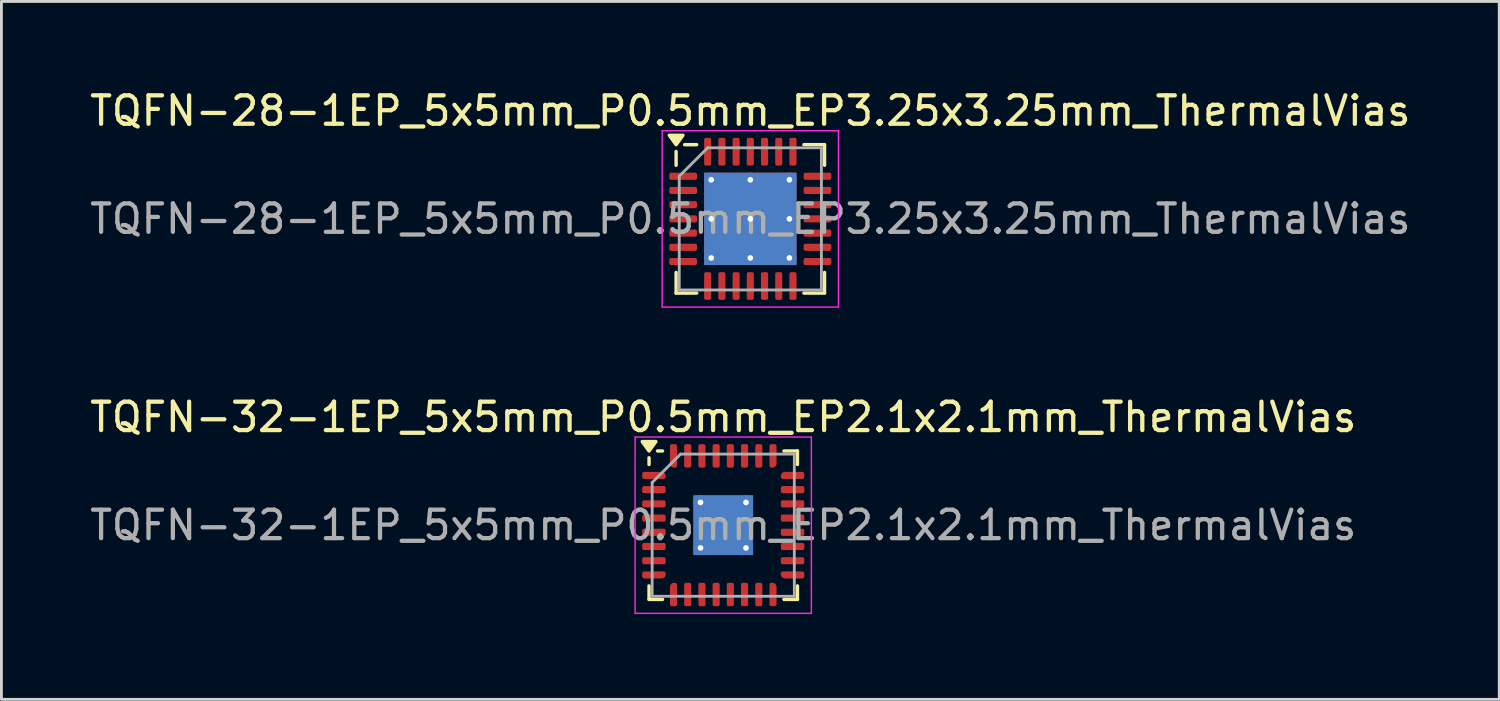
<source format=kicad_pcb>
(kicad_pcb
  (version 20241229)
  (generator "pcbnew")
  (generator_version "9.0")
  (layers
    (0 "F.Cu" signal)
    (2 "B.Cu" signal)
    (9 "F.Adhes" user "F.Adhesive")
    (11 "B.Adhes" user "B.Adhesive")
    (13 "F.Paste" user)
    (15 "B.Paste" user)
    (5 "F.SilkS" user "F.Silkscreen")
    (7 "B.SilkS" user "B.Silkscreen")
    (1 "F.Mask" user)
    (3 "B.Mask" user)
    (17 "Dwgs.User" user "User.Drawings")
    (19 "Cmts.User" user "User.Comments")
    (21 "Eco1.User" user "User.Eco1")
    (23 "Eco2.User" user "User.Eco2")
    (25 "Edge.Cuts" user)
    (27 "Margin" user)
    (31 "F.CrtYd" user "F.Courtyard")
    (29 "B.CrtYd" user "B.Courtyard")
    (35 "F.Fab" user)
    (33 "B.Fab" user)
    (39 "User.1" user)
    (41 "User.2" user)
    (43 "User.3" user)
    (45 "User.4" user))
  (footprint "TQFN-32-1EP_5x5mm_P0.5mm_EP2.1x2.1mm_ThermalVias"
    (layer "F.Cu")
    (at 22.387 15.421)
    (property "Reference" "TQFN-32-1EP_5x5mm_P0.5mm_EP2.1x2.1mm_ThermalVias" (at 0 -3.8 0) (layer "F.SilkS") (effects (font (size 1 1) (thickness 0.15))))
    (attr smd)
    (fp_line (start -2.61 -2.135) (end -2.61 -2.37) (stroke (width 0.12) (type solid)) (layer "F.SilkS"))
    (fp_line (start -2.61 2.61) (end -2.61 2.135) (stroke (width 0.12) (type solid)) (layer "F.SilkS"))
    (fp_line (start -2.135 -2.61) (end -2.31 -2.61) (stroke (width 0.12) (type solid)) (layer "F.SilkS"))
    (fp_line (start -2.135 2.61) (end -2.61 2.61) (stroke (width 0.12) (type solid)) (layer "F.SilkS"))
    (fp_line (start 2.135 -2.61) (end 2.61 -2.61) (stroke (width 0.12) (type solid)) (layer "F.SilkS"))
    (fp_line (start 2.135 2.61) (end 2.61 2.61) (stroke (width 0.12) (type solid)) (layer "F.SilkS"))
    (fp_line (start 2.61 -2.61) (end 2.61 -2.135) (stroke (width 0.12) (type solid)) (layer "F.SilkS"))
    (fp_line (start 2.61 2.61) (end 2.61 2.135) (stroke (width 0.12) (type solid)) (layer "F.SilkS"))
    (fp_poly (pts (xy -2.61 -2.61) (xy -2.85 -2.94) (xy -2.37 -2.94) (xy -2.61 -2.61)) (stroke (width 0.12) (type solid)) (fill yes) (layer "F.SilkS"))
    (fp_line (start -3.1 -3.1) (end -3.1 3.1) (stroke (width 0.05) (type solid)) (layer "F.CrtYd"))
    (fp_line (start -3.1 3.1) (end 3.1 3.1) (stroke (width 0.05) (type solid)) (layer "F.CrtYd"))
    (fp_line (start 3.1 -3.1) (end -3.1 -3.1) (stroke (width 0.05) (type solid)) (layer "F.CrtYd"))
    (fp_line (start 3.1 3.1) (end 3.1 -3.1) (stroke (width 0.05) (type solid)) (layer "F.CrtYd"))
    (fp_line (start -2.5 -1.5) (end -1.5 -2.5) (stroke (width 0.1) (type solid)) (layer "F.Fab"))
    (fp_line (start -2.5 2.5) (end -2.5 -1.5) (stroke (width 0.1) (type solid)) (layer "F.Fab"))
    (fp_line (start -1.5 -2.5) (end 2.5 -2.5) (stroke (width 0.1) (type solid)) (layer "F.Fab"))
    (fp_line (start 2.5 -2.5) (end 2.5 2.5) (stroke (width 0.1) (type solid)) (layer "F.Fab"))
    (fp_line (start 2.5 2.5) (end -2.5 2.5) (stroke (width 0.1) (type solid)) (layer "F.Fab"))
    (fp_text user "${REFERENCE}" (at 0 0 0) (layer "F.Fab") (effects (font (size 1 1) (thickness 0.15))))
    (pad "" smd roundrect (at -0.525 -0.525) (size 0.91 0.91) (layers "F.Paste") (roundrect_rratio 0.25))
    (pad "" smd roundrect (at -0.525 0.525) (size 0.91 0.91) (layers "F.Paste") (roundrect_rratio 0.25))
    (pad "" smd roundrect (at 0.525 -0.525) (size 0.91 0.91) (layers "F.Paste") (roundrect_rratio 0.25))
    (pad "" smd roundrect (at 0.525 0.525) (size 0.91 0.91) (layers "F.Paste") (roundrect_rratio 0.25))
    (pad "1" smd custom (at -2.438 -1.75) (size 0.186 0.186) (layers "F.Cu" "F.Mask" "F.Paste") (options (anchor circle)) (primitives (gr_poly (pts (xy -0.35 -0.062) (xy 0.297 -0.062) (xy 0.35 -0.009) (xy 0.35 0.062) (xy -0.35 0.062)) (width 0.125) (fill yes))))
    (pad "2" smd roundrect (at -2.438 -1.25) (size 0.825 0.25) (layers "F.Cu" "F.Mask" "F.Paste") (roundrect_rratio 0.25))
    (pad "3" smd roundrect (at -2.438 -0.75) (size 0.825 0.25) (layers "F.Cu" "F.Mask" "F.Paste") (roundrect_rratio 0.25))
    (pad "4" smd roundrect (at -2.438 -0.25) (size 0.825 0.25) (layers "F.Cu" "F.Mask" "F.Paste") (roundrect_rratio 0.25))
    (pad "5" smd roundrect (at -2.438 0.25) (size 0.825 0.25) (layers "F.Cu" "F.Mask" "F.Paste") (roundrect_rratio 0.25))
    (pad "6" smd roundrect (at -2.438 0.75) (size 0.825 0.25) (layers "F.Cu" "F.Mask" "F.Paste") (roundrect_rratio 0.25))
    (pad "7" smd roundrect (at -2.438 1.25) (size 0.825 0.25) (layers "F.Cu" "F.Mask" "F.Paste") (roundrect_rratio 0.25))
    (pad "8" smd custom (at -2.438 1.75) (size 0.186 0.186) (layers "F.Cu" "F.Mask" "F.Paste") (options (anchor circle)) (primitives (gr_poly (pts (xy -0.35 -0.062) (xy 0.35 -0.062) (xy 0.35 0.009) (xy 0.297 0.062) (xy -0.35 0.062)) (width 0.125) (fill yes))))
    (pad "9" smd custom (at -1.75 2.438) (size 0.186 0.186) (layers "F.Cu" "F.Mask" "F.Paste") (options (anchor circle)) (primitives (gr_poly (pts (xy -0.062 -0.297) (xy -0.009 -0.35) (xy 0.062 -0.35) (xy 0.062 0.35) (xy -0.062 0.35)) (width 0.125) (fill yes))))
    (pad "10" smd roundrect (at -1.25 2.438) (size 0.25 0.825) (layers "F.Cu" "F.Mask" "F.Paste") (roundrect_rratio 0.25))
    (pad "11" smd roundrect (at -0.75 2.438) (size 0.25 0.825) (layers "F.Cu" "F.Mask" "F.Paste") (roundrect_rratio 0.25))
    (pad "12" smd roundrect (at -0.25 2.438) (size 0.25 0.825) (layers "F.Cu" "F.Mask" "F.Paste") (roundrect_rratio 0.25))
    (pad "13" smd roundrect (at 0.25 2.438) (size 0.25 0.825) (layers "F.Cu" "F.Mask" "F.Paste") (roundrect_rratio 0.25))
    (pad "14" smd roundrect (at 0.75 2.438) (size 0.25 0.825) (layers "F.Cu" "F.Mask" "F.Paste") (roundrect_rratio 0.25))
    (pad "15" smd roundrect (at 1.25 2.438) (size 0.25 0.825) (layers "F.Cu" "F.Mask" "F.Paste") (roundrect_rratio 0.25))
    (pad "16" smd custom (at 1.75 2.438) (size 0.186 0.186) (layers "F.Cu" "F.Mask" "F.Paste") (options (anchor circle)) (primitives (gr_poly (pts (xy -0.062 -0.35) (xy 0.009 -0.35) (xy 0.062 -0.297) (xy 0.062 0.35) (xy -0.062 0.35)) (width 0.125) (fill yes))))
    (pad "17" smd custom (at 2.438 1.75) (size 0.186 0.186) (layers "F.Cu" "F.Mask" "F.Paste") (options (anchor circle)) (primitives (gr_poly (pts (xy -0.35 -0.062) (xy 0.35 -0.062) (xy 0.35 0.062) (xy -0.297 0.062) (xy -0.35 0.009)) (width 0.125) (fill yes))))
    (pad "18" smd roundrect (at 2.438 1.25) (size 0.825 0.25) (layers "F.Cu" "F.Mask" "F.Paste") (roundrect_rratio 0.25))
    (pad "19" smd roundrect (at 2.438 0.75) (size 0.825 0.25) (layers "F.Cu" "F.Mask" "F.Paste") (roundrect_rratio 0.25))
    (pad "20" smd roundrect (at 2.438 0.25) (size 0.825 0.25) (layers "F.Cu" "F.Mask" "F.Paste") (roundrect_rratio 0.25))
    (pad "21" smd roundrect (at 2.438 -0.25) (size 0.825 0.25) (layers "F.Cu" "F.Mask" "F.Paste") (roundrect_rratio 0.25))
    (pad "22" smd roundrect (at 2.438 -0.75) (size 0.825 0.25) (layers "F.Cu" "F.Mask" "F.Paste") (roundrect_rratio 0.25))
    (pad "23" smd roundrect (at 2.438 -1.25) (size 0.825 0.25) (layers "F.Cu" "F.Mask" "F.Paste") (roundrect_rratio 0.25))
    (pad "24" smd custom (at 2.438 -1.75) (size 0.186 0.186) (layers "F.Cu" "F.Mask" "F.Paste") (options (anchor circle)) (primitives (gr_poly (pts (xy -0.35 -0.009) (xy -0.297 -0.062) (xy 0.35 -0.062) (xy 0.35 0.062) (xy -0.35 0.062)) (width 0.125) (fill yes))))
    (pad "25" smd custom (at 1.75 -2.438) (size 0.186 0.186) (layers "F.Cu" "F.Mask" "F.Paste") (options (anchor circle)) (primitives (gr_poly (pts (xy -0.062 -0.35) (xy 0.062 -0.35) (xy 0.062 0.297) (xy 0.009 0.35) (xy -0.062 0.35)) (width 0.125) (fill yes))))
    (pad "26" smd roundrect (at 1.25 -2.438) (size 0.25 0.825) (layers "F.Cu" "F.Mask" "F.Paste") (roundrect_rratio 0.25))
    (pad "27" smd roundrect (at 0.75 -2.438) (size 0.25 0.825) (layers "F.Cu" "F.Mask" "F.Paste") (roundrect_rratio 0.25))
    (pad "28" smd roundrect (at 0.25 -2.438) (size 0.25 0.825) (layers "F.Cu" "F.Mask" "F.Paste") (roundrect_rratio 0.25))
    (pad "29" smd roundrect (at -0.25 -2.438) (size 0.25 0.825) (layers "F.Cu" "F.Mask" "F.Paste") (roundrect_rratio 0.25))
    (pad "30" smd roundrect (at -0.75 -2.438) (size 0.25 0.825) (layers "F.Cu" "F.Mask" "F.Paste") (roundrect_rratio 0.25))
    (pad "31" smd roundrect (at -1.25 -2.438) (size 0.25 0.825) (layers "F.Cu" "F.Mask" "F.Paste") (roundrect_rratio 0.25))
    (pad "32" smd custom (at -1.75 -2.438) (size 0.186 0.186) (layers "F.Cu" "F.Mask" "F.Paste") (options (anchor circle)) (primitives (gr_poly (pts (xy -0.062 -0.35) (xy 0.062 -0.35) (xy 0.062 0.35) (xy -0.009 0.35) (xy -0.062 0.297)) (width 0.125) (fill yes))))
    (pad "33" thru_hole circle (at -0.8 -0.8) (size 0.5 0.5) (drill 0.2) (property pad_prop_heatsink) (layers "*.Cu"))
    (pad "33" thru_hole circle (at -0.8 0.8) (size 0.5 0.5) (drill 0.2) (property pad_prop_heatsink) (layers "*.Cu"))
    (pad "33" smd rect (at 0 0) (size 2.1 2.1) (property pad_prop_heatsink) (layers "F.Cu" "F.Mask"))
    (pad "33" smd rect (at 0 0) (size 2.1 2.1) (property pad_prop_heatsink) (layers "B.Cu"))
    (pad "33" thru_hole circle (at 0.8 -0.8) (size 0.5 0.5) (drill 0.2) (property pad_prop_heatsink) (layers "*.Cu"))
    (pad "33" thru_hole circle (at 0.8 0.8) (size 0.5 0.5) (drill 0.2) (property pad_prop_heatsink) (layers "*.Cu")))
  (footprint "TQFN-28-1EP_5x5mm_P0.5mm_EP3.25x3.25mm_ThermalVias"
    (layer "F.Cu")
    (at 23.339 4.648)
    (property "Reference" "TQFN-28-1EP_5x5mm_P0.5mm_EP3.25x3.25mm_ThermalVias" (at 0 -3.8 0) (layer "F.SilkS") (effects (font (size 1 1) (thickness 0.15))))
    (attr smd)
    (fp_line (start -2.61 -1.885) (end -2.61 -2.37) (stroke (width 0.12) (type solid)) (layer "F.SilkS"))
    (fp_line (start -2.61 2.61) (end -2.61 1.885) (stroke (width 0.12) (type solid)) (layer "F.SilkS"))
    (fp_line (start -1.885 -2.61) (end -2.31 -2.61) (stroke (width 0.12) (type solid)) (layer "F.SilkS"))
    (fp_line (start -1.885 2.61) (end -2.61 2.61) (stroke (width 0.12) (type solid)) (layer "F.SilkS"))
    (fp_line (start 1.885 -2.61) (end 2.61 -2.61) (stroke (width 0.12) (type solid)) (layer "F.SilkS"))
    (fp_line (start 1.885 2.61) (end 2.61 2.61) (stroke (width 0.12) (type solid)) (layer "F.SilkS"))
    (fp_line (start 2.61 -2.61) (end 2.61 -1.885) (stroke (width 0.12) (type solid)) (layer "F.SilkS"))
    (fp_line (start 2.61 2.61) (end 2.61 1.885) (stroke (width 0.12) (type solid)) (layer "F.SilkS"))
    (fp_poly (pts (xy -2.61 -2.61) (xy -2.85 -2.94) (xy -2.37 -2.94) (xy -2.61 -2.61)) (stroke (width 0.12) (type solid)) (fill yes) (layer "F.SilkS"))
    (fp_line (start -3.1 -3.1) (end -3.1 3.1) (stroke (width 0.05) (type solid)) (layer "F.CrtYd"))
    (fp_line (start -3.1 3.1) (end 3.1 3.1) (stroke (width 0.05) (type solid)) (layer "F.CrtYd"))
    (fp_line (start 3.1 -3.1) (end -3.1 -3.1) (stroke (width 0.05) (type solid)) (layer "F.CrtYd"))
    (fp_line (start 3.1 3.1) (end 3.1 -3.1) (stroke (width 0.05) (type solid)) (layer "F.CrtYd"))
    (fp_line (start -2.5 -1.5) (end -1.5 -2.5) (stroke (width 0.1) (type solid)) (layer "F.Fab"))
    (fp_line (start -2.5 2.5) (end -2.5 -1.5) (stroke (width 0.1) (type solid)) (layer "F.Fab"))
    (fp_line (start -1.5 -2.5) (end 2.5 -2.5) (stroke (width 0.1) (type solid)) (layer "F.Fab"))
    (fp_line (start 2.5 -2.5) (end 2.5 2.5) (stroke (width 0.1) (type solid)) (layer "F.Fab"))
    (fp_line (start 2.5 2.5) (end -2.5 2.5) (stroke (width 0.1) (type solid)) (layer "F.Fab"))
    (fp_text user "${REFERENCE}" (at 0 0 0) (layer "F.Fab") (effects (font (size 1 1) (thickness 0.15))))
    (pad "" smd roundrect (at -0.81 -0.81) (size 1.41 1.41) (layers "F.Paste") (roundrect_rratio 0.177))
    (pad "" smd roundrect (at -0.81 0.81) (size 1.41 1.41) (layers "F.Paste") (roundrect_rratio 0.177))
    (pad "" smd roundrect (at 0.81 -0.81) (size 1.41 1.41) (layers "F.Paste") (roundrect_rratio 0.177))
    (pad "" smd roundrect (at 0.81 0.81) (size 1.41 1.41) (layers "F.Paste") (roundrect_rratio 0.177))
    (pad "1" smd roundrect (at -2.362 -1.5) (size 0.975 0.25) (layers "F.Cu" "F.Mask" "F.Paste") (roundrect_rratio 0.25))
    (pad "2" smd roundrect (at -2.362 -1) (size 0.975 0.25) (layers "F.Cu" "F.Mask" "F.Paste") (roundrect_rratio 0.25))
    (pad "3" smd roundrect (at -2.362 -0.5) (size 0.975 0.25) (layers "F.Cu" "F.Mask" "F.Paste") (roundrect_rratio 0.25))
    (pad "4" smd roundrect (at -2.362 0) (size 0.975 0.25) (layers "F.Cu" "F.Mask" "F.Paste") (roundrect_rratio 0.25))
    (pad "5" smd roundrect (at -2.362 0.5) (size 0.975 0.25) (layers "F.Cu" "F.Mask" "F.Paste") (roundrect_rratio 0.25))
    (pad "6" smd roundrect (at -2.362 1) (size 0.975 0.25) (layers "F.Cu" "F.Mask" "F.Paste") (roundrect_rratio 0.25))
    (pad "7" smd roundrect (at -2.362 1.5) (size 0.975 0.25) (layers "F.Cu" "F.Mask" "F.Paste") (roundrect_rratio 0.25))
    (pad "8" smd roundrect (at -1.5 2.362) (size 0.25 0.975) (layers "F.Cu" "F.Mask" "F.Paste") (roundrect_rratio 0.25))
    (pad "9" smd roundrect (at -1 2.362) (size 0.25 0.975) (layers "F.Cu" "F.Mask" "F.Paste") (roundrect_rratio 0.25))
    (pad "10" smd roundrect (at -0.5 2.362) (size 0.25 0.975) (layers "F.Cu" "F.Mask" "F.Paste") (roundrect_rratio 0.25))
    (pad "11" smd roundrect (at 0 2.362) (size 0.25 0.975) (layers "F.Cu" "F.Mask" "F.Paste") (roundrect_rratio 0.25))
    (pad "12" smd roundrect (at 0.5 2.362) (size 0.25 0.975) (layers "F.Cu" "F.Mask" "F.Paste") (roundrect_rratio 0.25))
    (pad "13" smd roundrect (at 1 2.362) (size 0.25 0.975) (layers "F.Cu" "F.Mask" "F.Paste") (roundrect_rratio 0.25))
    (pad "14" smd roundrect (at 1.5 2.362) (size 0.25 0.975) (layers "F.Cu" "F.Mask" "F.Paste") (roundrect_rratio 0.25))
    (pad "15" smd roundrect (at 2.362 1.5) (size 0.975 0.25) (layers "F.Cu" "F.Mask" "F.Paste") (roundrect_rratio 0.25))
    (pad "16" smd roundrect (at 2.362 1) (size 0.975 0.25) (layers "F.Cu" "F.Mask" "F.Paste") (roundrect_rratio 0.25))
    (pad "17" smd roundrect (at 2.362 0.5) (size 0.975 0.25) (layers "F.Cu" "F.Mask" "F.Paste") (roundrect_rratio 0.25))
    (pad "18" smd roundrect (at 2.362 0) (size 0.975 0.25) (layers "F.Cu" "F.Mask" "F.Paste") (roundrect_rratio 0.25))
    (pad "19" smd roundrect (at 2.362 -0.5) (size 0.975 0.25) (layers "F.Cu" "F.Mask" "F.Paste") (roundrect_rratio 0.25))
    (pad "20" smd roundrect (at 2.362 -1) (size 0.975 0.25) (layers "F.Cu" "F.Mask" "F.Paste") (roundrect_rratio 0.25))
    (pad "21" smd roundrect (at 2.362 -1.5) (size 0.975 0.25) (layers "F.Cu" "F.Mask" "F.Paste") (roundrect_rratio 0.25))
    (pad "22" smd roundrect (at 1.5 -2.362) (size 0.25 0.975) (layers "F.Cu" "F.Mask" "F.Paste") (roundrect_rratio 0.25))
    (pad "23" smd roundrect (at 1 -2.362) (size 0.25 0.975) (layers "F.Cu" "F.Mask" "F.Paste") (roundrect_rratio 0.25))
    (pad "24" smd roundrect (at 0.5 -2.362) (size 0.25 0.975) (layers "F.Cu" "F.Mask" "F.Paste") (roundrect_rratio 0.25))
    (pad "25" smd roundrect (at 0 -2.362) (size 0.25 0.975) (layers "F.Cu" "F.Mask" "F.Paste") (roundrect_rratio 0.25))
    (pad "26" smd roundrect (at -0.5 -2.362) (size 0.25 0.975) (layers "F.Cu" "F.Mask" "F.Paste") (roundrect_rratio 0.25))
    (pad "27" smd roundrect (at -1 -2.362) (size 0.25 0.975) (layers "F.Cu" "F.Mask" "F.Paste") (roundrect_rratio 0.25))
    (pad "28" smd roundrect (at -1.5 -2.362) (size 0.25 0.975) (layers "F.Cu" "F.Mask" "F.Paste") (roundrect_rratio 0.25))
    (pad "29" thru_hole circle (at -1.375 -1.375) (size 0.5 0.5) (drill 0.2) (property pad_prop_heatsink) (layers "*.Cu"))
    (pad "29" thru_hole circle (at -1.375 0) (size 0.5 0.5) (drill 0.2) (property pad_prop_heatsink) (layers "*.Cu"))
    (pad "29" thru_hole circle (at -1.375 1.375) (size 0.5 0.5) (drill 0.2) (property pad_prop_heatsink) (layers "*.Cu"))
    (pad "29" thru_hole circle (at 0 -1.375) (size 0.5 0.5) (drill 0.2) (property pad_prop_heatsink) (layers "*.Cu"))
    (pad "29" thru_hole circle (at 0 0) (size 0.5 0.5) (drill 0.2) (property pad_prop_heatsink) (layers "*.Cu"))
    (pad "29" smd rect (at 0 0) (size 3.25 3.25) (property pad_prop_heatsink) (layers "F.Cu" "F.Mask"))
    (pad "29" smd rect (at 0 0) (size 3.25 3.25) (property pad_prop_heatsink) (layers "B.Cu"))
    (pad "29" thru_hole circle (at 0 1.375) (size 0.5 0.5) (drill 0.2) (property pad_prop_heatsink) (layers "*.Cu"))
    (pad "29" thru_hole circle (at 1.375 -1.375) (size 0.5 0.5) (drill 0.2) (property pad_prop_heatsink) (layers "*.Cu"))
    (pad "29" thru_hole circle (at 1.375 0) (size 0.5 0.5) (drill 0.2) (property pad_prop_heatsink) (layers "*.Cu"))
    (pad "29" thru_hole circle (at 1.375 1.375) (size 0.5 0.5) (drill 0.2) (property pad_prop_heatsink) (layers "*.Cu")))
  (gr_rect
    (start -3 -3)
    (end 49.679 21.547)
    (stroke (width 0.1) (type default))
    (fill no)
    (layer "Edge.Cuts")))
</source>
